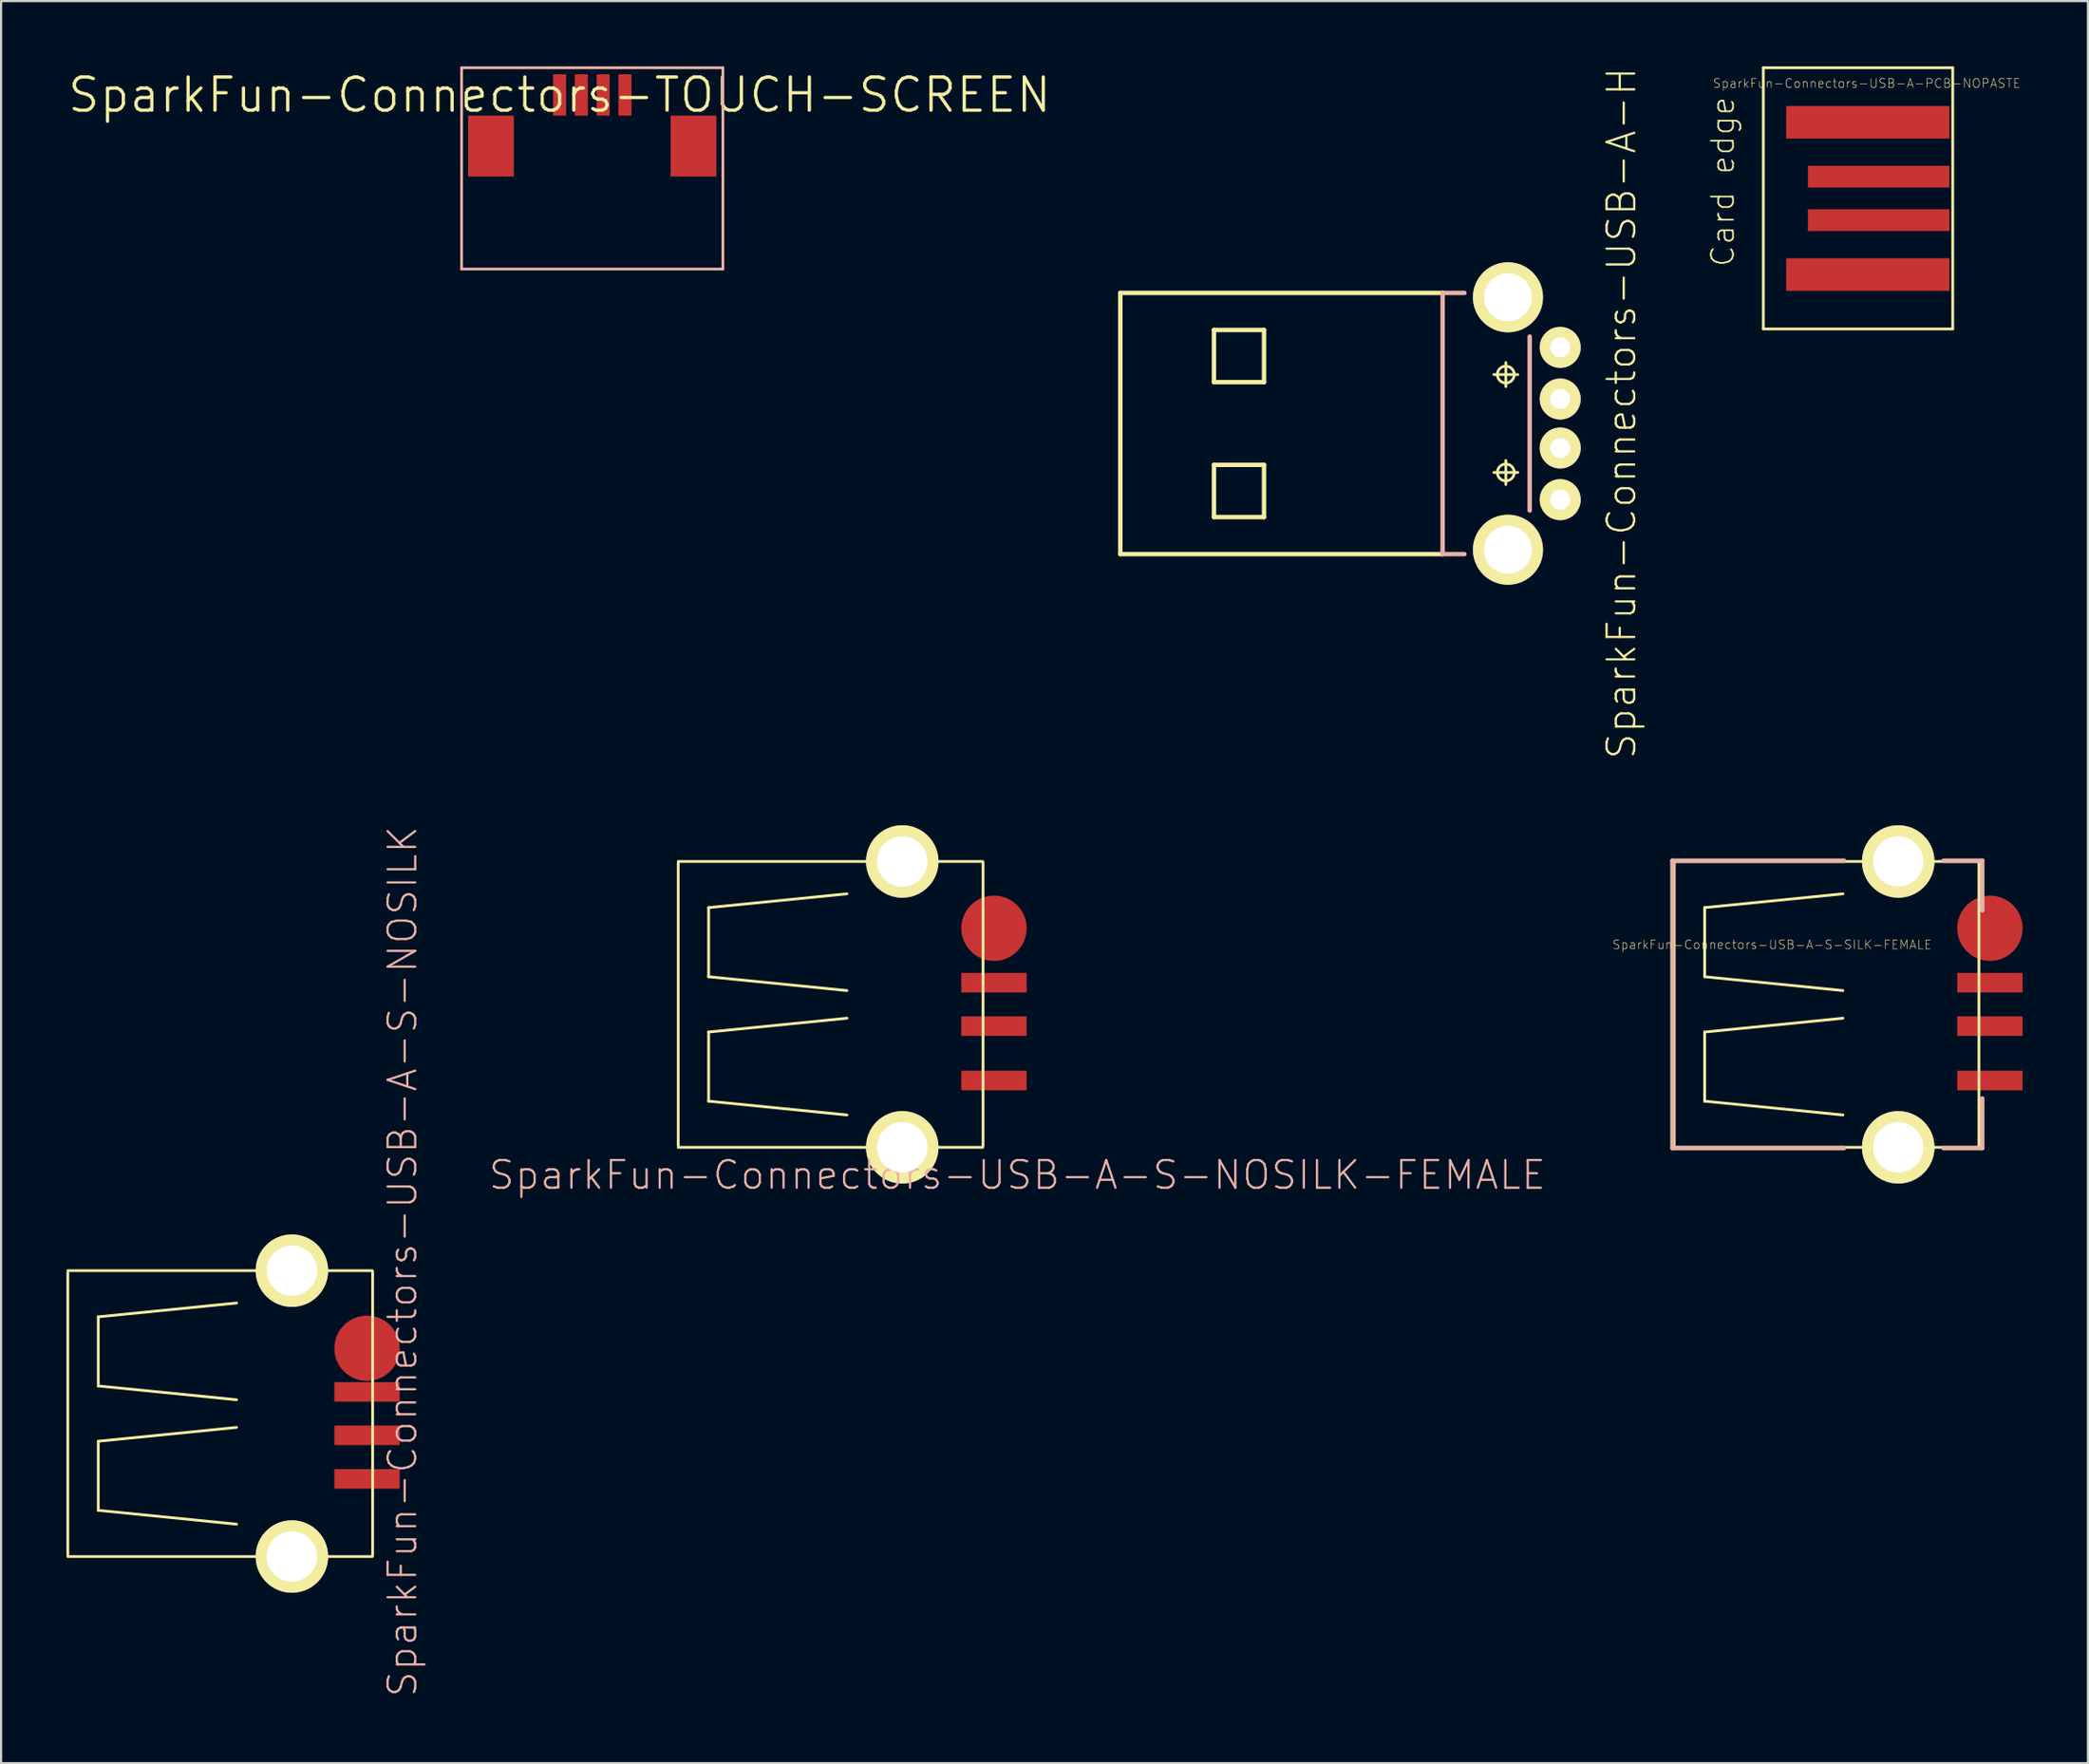
<source format=kicad_pcb>
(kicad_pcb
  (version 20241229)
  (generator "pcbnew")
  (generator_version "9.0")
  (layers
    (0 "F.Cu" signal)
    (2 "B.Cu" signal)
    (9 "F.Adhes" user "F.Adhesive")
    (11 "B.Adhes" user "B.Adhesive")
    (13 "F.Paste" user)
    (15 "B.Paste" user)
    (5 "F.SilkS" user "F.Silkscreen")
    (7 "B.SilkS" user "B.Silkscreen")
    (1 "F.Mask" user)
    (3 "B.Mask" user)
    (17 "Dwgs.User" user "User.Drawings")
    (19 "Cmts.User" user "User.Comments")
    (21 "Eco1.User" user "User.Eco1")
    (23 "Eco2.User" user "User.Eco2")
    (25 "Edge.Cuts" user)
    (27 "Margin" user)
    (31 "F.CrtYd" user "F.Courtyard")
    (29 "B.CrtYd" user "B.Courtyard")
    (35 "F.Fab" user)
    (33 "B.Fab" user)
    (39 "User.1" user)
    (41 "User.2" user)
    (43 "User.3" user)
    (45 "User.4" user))
  (footprint "SparkFun-Connectors-USB-A-S-SILK-FEMALE"
    (layer "F.Cu")
    (at 81.101 43.091)
    (property "Reference" "SparkFun-Connectors-USB-A-S-SILK-FEMALE" (at -2.794 -2.743 0) (layer "F.SilkS") (effects (font (size 0.406 0.406) (thickness 0.025))))
    (attr smd)
    (fp_line (start -7.285 -6.477) (end -7.285 6.477) (stroke (width 0.127) (type solid)) (layer "F.SilkS"))
    (fp_line (start -5.888 -4.445) (end -5.888 -1.27) (stroke (width 0.127) (type solid)) (layer "F.SilkS"))
    (fp_line (start -5.888 -1.27) (end 0.46 -0.635) (stroke (width 0.127) (type solid)) (layer "F.SilkS"))
    (fp_line (start -5.888 1.27) (end 0.46 0.635) (stroke (width 0.127) (type solid)) (layer "F.SilkS"))
    (fp_line (start -5.888 4.445) (end -5.888 1.27) (stroke (width 0.127) (type solid)) (layer "F.SilkS"))
    (fp_line (start 0.46 -5.08) (end -5.888 -4.445) (stroke (width 0.127) (type solid)) (layer "F.SilkS"))
    (fp_line (start 0.46 5.08) (end -5.888 4.445) (stroke (width 0.127) (type solid)) (layer "F.SilkS"))
    (fp_line (start 6.695 -6.566) (end -7.285 -6.566) (stroke (width 0.127) (type solid)) (layer "F.SilkS"))
    (fp_line (start 6.695 6.566) (end -7.285 6.566) (stroke (width 0.127) (type solid)) (layer "F.SilkS"))
    (fp_line (start 6.708 -6.502) (end 6.708 6.502) (stroke (width 0.127) (type solid)) (layer "F.SilkS"))
    (fp_line (start -7.366 -6.604) (end -7.366 6.604) (stroke (width 0.203) (type solid)) (layer "B.SilkS"))
    (fp_line (start -7.366 -6.604) (end 0.508 -6.604) (stroke (width 0.203) (type solid)) (layer "B.SilkS"))
    (fp_line (start -7.366 6.604) (end 0.508 6.604) (stroke (width 0.203) (type solid)) (layer "B.SilkS"))
    (fp_line (start 5.08 6.604) (end 6.858 6.604) (stroke (width 0.203) (type solid)) (layer "B.SilkS"))
    (fp_line (start 6.858 -6.604) (end 5.08 -6.604) (stroke (width 0.203) (type solid)) (layer "B.SilkS"))
    (fp_line (start 6.858 -4.318) (end 6.858 -6.604) (stroke (width 0.203) (type solid)) (layer "B.SilkS"))
    (fp_line (start 6.858 6.604) (end 6.858 4.318) (stroke (width 0.203) (type solid)) (layer "B.SilkS"))
    (pad "D+" smd rect (at 7.211 0.998) (size 3 0.899) (layers "F.Cu" "F.Mask" "F.Paste"))
    (pad "D-" smd rect (at 7.211 -0.998) (size 3 0.899) (layers "F.Cu" "F.Mask" "F.Paste"))
    (pad "GND" smd rect (at 7.211 3.498) (size 3 0.899) (layers "F.Cu" "F.Mask" "F.Paste"))
    (pad "P$5" thru_hole circle (at 3 6.566) (size 3.327 3.327) (drill 2.311) (layers "*.Cu" "F.Mask" "F.SilkS" "F.Paste"))
    (pad "P$6" thru_hole circle (at 3 -6.566) (size 3.327 3.327) (drill 2.311) (layers "*.Cu" "F.Mask" "F.SilkS" "F.Paste"))
    (pad "VBUS" smd circle (at 7.211 -3.498) (size 3 3) (layers "F.Cu" "F.Mask" "F.Paste")))
  (footprint "SparkFun-Connectors-USB-A-H"
    (layer "F.Cu")
    (at 66.184 16.406)
    (property "Reference" "SparkFun-Connectors-USB-A-H" (at 5.215 -0.475 90) (layer "F.SilkS") (effects (font (size 1.27 1.27) (thickness 0.102))))
    (attr exclude_from_pos_files exclude_from_bom)
    (fp_line (start -17.798 -5.999) (end -17.798 5.999) (stroke (width 0.203) (type solid)) (layer "F.SilkS"))
    (fp_line (start -13.498 -4.298) (end -13.498 -1.9) (stroke (width 0.203) (type solid)) (layer "F.SilkS"))
    (fp_line (start -13.498 -1.9) (end -11.199 -1.9) (stroke (width 0.203) (type solid)) (layer "F.SilkS"))
    (fp_line (start -13.498 1.9) (end -13.498 4.298) (stroke (width 0.203) (type solid)) (layer "F.SilkS"))
    (fp_line (start -13.498 4.298) (end -11.199 4.298) (stroke (width 0.203) (type solid)) (layer "F.SilkS"))
    (fp_line (start -11.199 -4.298) (end -13.498 -4.298) (stroke (width 0.203) (type solid)) (layer "F.SilkS"))
    (fp_line (start -11.199 -1.9) (end -11.199 -4.298) (stroke (width 0.203) (type solid)) (layer "F.SilkS"))
    (fp_line (start -11.199 1.9) (end -13.498 1.9) (stroke (width 0.203) (type solid)) (layer "F.SilkS"))
    (fp_line (start -11.199 4.298) (end -11.199 1.9) (stroke (width 0.203) (type solid)) (layer "F.SilkS"))
    (fp_line (start -3 -5.999) (end -17.798 -5.999) (stroke (width 0.203) (type solid)) (layer "F.SilkS"))
    (fp_line (start -3 5.999) (end -17.798 5.999) (stroke (width 0.203) (type solid)) (layer "F.SilkS"))
    (fp_line (start -0.648 -2.248) (end 0.45 -2.248) (stroke (width 0.127) (type solid)) (layer "F.SilkS"))
    (fp_line (start -0.648 2.248) (end 0.45 2.248) (stroke (width 0.127) (type solid)) (layer "F.SilkS"))
    (fp_line (start -0.099 -1.699) (end -0.099 -2.799) (stroke (width 0.127) (type solid)) (layer "F.SilkS"))
    (fp_line (start -0.099 2.799) (end -0.099 1.699) (stroke (width 0.127) (type solid)) (layer "F.SilkS"))
    (fp_circle (center -0.099 -2.248) (end -0.373 -2.522) (stroke (width 0.127) (type solid)) (fill no) (layer "F.SilkS"))
    (fp_circle (center -0.099 2.248) (end -0.373 2.522) (stroke (width 0.127) (type solid)) (fill no) (layer "F.SilkS"))
    (fp_line (start -3 -5.999) (end -3 5.999) (stroke (width 0.203) (type solid)) (layer "B.SilkS"))
    (fp_line (start -3 -5.999) (end -1.999 -5.999) (stroke (width 0.203) (type solid)) (layer "B.SilkS"))
    (fp_line (start -3 5.999) (end -1.999 5.999) (stroke (width 0.203) (type solid)) (layer "B.SilkS"))
    (fp_line (start 0.998 3.998) (end 0.998 -3.998) (stroke (width 0.203) (type solid)) (layer "B.SilkS"))
    (pad "D+" thru_hole circle (at 2.398 -1.125) (size 1.88 1.88) (drill 0.914) (layers "*.Cu" "F.Mask" "F.SilkS" "F.Paste"))
    (pad "D-" thru_hole circle (at 2.398 1.125) (size 1.88 1.88) (drill 0.914) (layers "*.Cu" "F.Mask" "F.SilkS" "F.Paste"))
    (pad "GND" thru_hole circle (at 2.398 -3.498) (size 1.88 1.88) (drill 0.914) (layers "*.Cu" "F.Mask" "F.SilkS" "F.Paste"))
    (pad "GND2" thru_hole circle (at 0 5.799) (size 3.216 3.216) (drill 2.2) (layers "*.Cu" "F.Mask" "F.SilkS" "F.Paste"))
    (pad "GND3" thru_hole circle (at 0 -5.799) (size 3.216 3.216) (drill 2.2) (layers "*.Cu" "F.Mask" "F.SilkS" "F.Paste"))
    (pad "VBUS" thru_hole circle (at 2.398 3.498) (size 1.88 1.88) (drill 0.914) (layers "*.Cu" "F.Mask" "F.SilkS" "F.Paste")))
  (footprint "SparkFun-Connectors-USB-A-S-NOSILK-FEMALE"
    (layer "F.Cu")
    (at 38.375 43.091)
    (property "Reference" "SparkFun-Connectors-USB-A-S-NOSILK-FEMALE" (at 5.283 7.838 180) (layer "B.SilkS") (effects (font (size 1.27 1.27) (thickness 0.102))))
    (attr smd)
    (fp_line (start -10.287 -6.477) (end -10.287 6.477) (stroke (width 0.127) (type solid)) (layer "F.SilkS"))
    (fp_line (start -8.89 -4.445) (end -8.89 -1.27) (stroke (width 0.127) (type solid)) (layer "F.SilkS"))
    (fp_line (start -8.89 -1.27) (end -2.54 -0.635) (stroke (width 0.127) (type solid)) (layer "F.SilkS"))
    (fp_line (start -8.89 1.27) (end -2.54 0.635) (stroke (width 0.127) (type solid)) (layer "F.SilkS"))
    (fp_line (start -8.89 4.445) (end -8.89 1.27) (stroke (width 0.127) (type solid)) (layer "F.SilkS"))
    (fp_line (start -2.54 -5.08) (end -8.89 -4.445) (stroke (width 0.127) (type solid)) (layer "F.SilkS"))
    (fp_line (start -2.54 5.08) (end -8.89 4.445) (stroke (width 0.127) (type solid)) (layer "F.SilkS"))
    (fp_line (start 3.696 -6.566) (end -10.287 -6.566) (stroke (width 0.127) (type solid)) (layer "F.SilkS"))
    (fp_line (start 3.696 6.566) (end -10.287 6.566) (stroke (width 0.127) (type solid)) (layer "F.SilkS"))
    (fp_line (start 3.708 -6.502) (end 3.708 6.502) (stroke (width 0.127) (type solid)) (layer "F.SilkS"))
    (pad "D+" smd rect (at 4.211 0.998) (size 3 0.899) (layers "F.Cu" "F.Mask" "F.Paste"))
    (pad "D-" smd rect (at 4.211 -0.998) (size 3 0.899) (layers "F.Cu" "F.Mask" "F.Paste"))
    (pad "GND" smd rect (at 4.211 3.498) (size 3 0.899) (layers "F.Cu" "F.Mask" "F.Paste"))
    (pad "S1" thru_hole circle (at 0 6.566) (size 3.327 3.327) (drill 2.311) (layers "*.Cu" "F.Mask" "F.SilkS" "F.Paste"))
    (pad "S2" thru_hole circle (at 0 -6.566) (size 3.327 3.327) (drill 2.311) (layers "*.Cu" "F.Mask" "F.SilkS" "F.Paste"))
    (pad "VBUS" smd circle (at 4.211 -3.498) (size 3 3) (layers "F.Cu" "F.Mask" "F.Paste")))
  (footprint "SparkFun-Connectors-USB-A-PCB-NOPASTE"
    (layer "F.Cu")
    (at 82.906 6.063)
    (property "Reference" "SparkFun-Connectors-USB-A-PCB-NOPASTE" (at -0.254 -5.283 0) (layer "F.SilkS") (effects (font (size 0.406 0.406) (thickness 0.025))))
    (attr smd)
    (fp_line (start -4.999 -5.999) (end 3.698 -5.999) (stroke (width 0.127) (type solid)) (layer "F.SilkS"))
    (fp_line (start -4.999 5.999) (end -4.999 -5.999) (stroke (width 0.127) (type solid)) (layer "F.SilkS"))
    (fp_line (start 3.698 -5.999) (end 3.698 5.999) (stroke (width 0.127) (type solid)) (layer "F.SilkS"))
    (fp_line (start 3.698 5.999) (end -4.999 5.999) (stroke (width 0.127) (type solid)) (layer "F.SilkS"))
    (fp_text user "Card edge" (at -6.858 -0.762 90) (layer "F.SilkS") (effects (font (size 1.016 1.016) (thickness 0.076))))
    (pad "5V" smd rect (at -0.198 3.498) (size 7.498 1.499) (layers "F.Cu" "F.Mask" "F.Paste"))
    (pad "GND" smd rect (at -0.198 -3.498) (size 7.498 1.499) (layers "F.Cu" "F.Mask" "F.Paste"))
    (pad "USB_" smd rect (at 0.3 -0.998) (size 6.5 0.998) (layers "F.Cu" "F.Mask" "F.Paste"))
    (pad "USB_" smd rect (at 0.3 0.998) (size 6.5 0.998) (layers "F.Cu" "F.Mask" "F.Paste")))
  (footprint "SparkFun-Connectors-USB-A-S-NOSILK"
    (layer "F.Cu")
    (at 10.351 61.889)
    (property "Reference" "SparkFun-Connectors-USB-A-S-NOSILK" (at 5.08 -6.985 90) (layer "B.SilkS") (effects (font (size 1.27 1.27) (thickness 0.102))))
    (attr smd)
    (fp_line (start -10.287 -6.477) (end -10.287 6.477) (stroke (width 0.127) (type solid)) (layer "F.SilkS"))
    (fp_line (start -8.89 -4.445) (end -8.89 -1.27) (stroke (width 0.127) (type solid)) (layer "F.SilkS"))
    (fp_line (start -8.89 -1.27) (end -2.54 -0.635) (stroke (width 0.127) (type solid)) (layer "F.SilkS"))
    (fp_line (start -8.89 1.27) (end -2.54 0.635) (stroke (width 0.127) (type solid)) (layer "F.SilkS"))
    (fp_line (start -8.89 4.445) (end -8.89 1.27) (stroke (width 0.127) (type solid)) (layer "F.SilkS"))
    (fp_line (start -2.54 -5.08) (end -8.89 -4.445) (stroke (width 0.127) (type solid)) (layer "F.SilkS"))
    (fp_line (start -2.54 5.08) (end -8.89 4.445) (stroke (width 0.127) (type solid)) (layer "F.SilkS"))
    (fp_line (start 3.696 -6.566) (end -10.287 -6.566) (stroke (width 0.127) (type solid)) (layer "F.SilkS"))
    (fp_line (start 3.696 6.566) (end -10.287 6.566) (stroke (width 0.127) (type solid)) (layer "F.SilkS"))
    (fp_line (start 3.708 -6.502) (end 3.708 6.502) (stroke (width 0.127) (type solid)) (layer "F.SilkS"))
    (pad "D+" smd rect (at 3.449 0.998) (size 3 0.899) (layers "F.Cu" "F.Mask" "F.Paste"))
    (pad "D-" smd rect (at 3.449 -0.998) (size 3 0.899) (layers "F.Cu" "F.Mask" "F.Paste"))
    (pad "GND" smd rect (at 3.449 3) (size 3 0.899) (layers "F.Cu" "F.Mask" "F.Paste"))
    (pad "P$5" thru_hole circle (at 0 6.566) (size 3.327 3.327) (drill 2.311) (layers "*.Cu" "F.Mask" "F.SilkS" "F.Paste"))
    (pad "P$6" thru_hole circle (at 0 -6.566) (size 3.327 3.327) (drill 2.311) (layers "*.Cu" "F.Mask" "F.SilkS" "F.Paste"))
    (pad "VBUS" smd circle (at 3.449 -3) (size 3 3) (layers "F.Cu" "F.Mask" "F.Paste")))
  (footprint "SparkFun-Connectors-TOUCH-SCREEN"
    (layer "F.Cu")
    (at 22.642 1.313)
    (property "Reference" "SparkFun-Connectors-TOUCH-SCREEN" (at 0 0 0) (layer "F.SilkS") (effects (font (size 1.524 1.524) (thickness 0.15))))
    (attr smd)
    (fp_line (start -4.498 -1.25) (end 7.498 -1.25) (stroke (width 0.127) (type solid)) (layer "B.SilkS"))
    (fp_line (start -4.498 7.998) (end -4.498 -1.25) (stroke (width 0.127) (type solid)) (layer "B.SilkS"))
    (fp_line (start 7.498 -1.25) (end 7.498 7.998) (stroke (width 0.127) (type solid)) (layer "B.SilkS"))
    (fp_line (start 7.498 7.998) (end -4.498 7.998) (stroke (width 0.127) (type solid)) (layer "B.SilkS"))
    (pad "P$1" smd rect (at 0 0 180) (size 0.599 1.9) (layers "F.Cu" "F.Mask" "F.Paste"))
    (pad "P$2" smd rect (at 0.998 0) (size 0.599 1.9) (layers "F.Cu" "F.Mask" "F.Paste"))
    (pad "P$3" smd rect (at 1.999 0) (size 0.599 1.9) (layers "F.Cu" "F.Mask" "F.Paste"))
    (pad "P$4" smd rect (at 3 0) (size 0.599 1.9) (layers "F.Cu" "F.Mask" "F.Paste"))
    (pad "P$5" smd rect (at -3.15 2.349 90) (size 2.799 2.098) (layers "F.Cu" "F.Mask" "F.Paste"))
    (pad "P$6" smd rect (at 6.149 2.349 90) (size 2.799 2.098) (layers "F.Cu" "F.Mask" "F.Paste")))
  (gr_rect
    (start -3 -3)
    (end 92.812 77.947)
    (stroke (width 0.1) (type default))
    (fill no)
    (layer "Edge.Cuts")))
</source>
